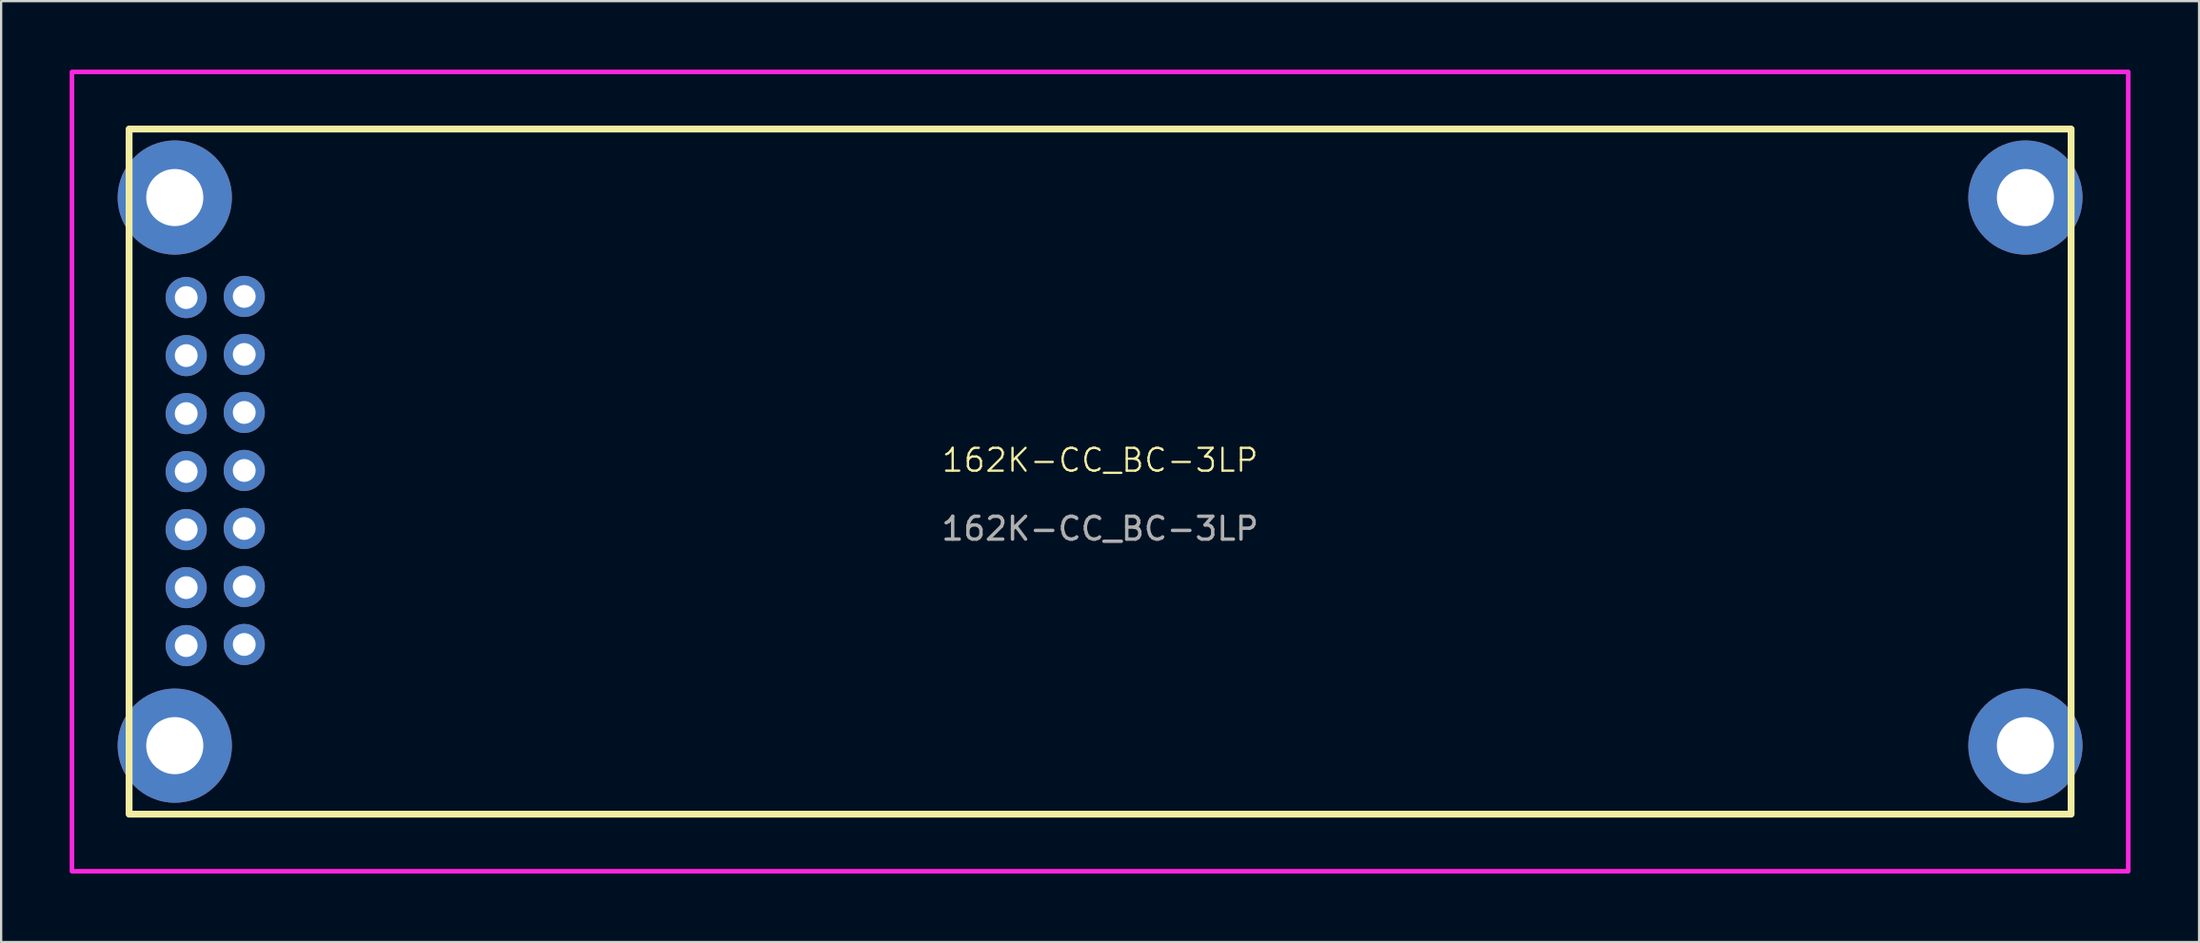
<source format=kicad_pcb>
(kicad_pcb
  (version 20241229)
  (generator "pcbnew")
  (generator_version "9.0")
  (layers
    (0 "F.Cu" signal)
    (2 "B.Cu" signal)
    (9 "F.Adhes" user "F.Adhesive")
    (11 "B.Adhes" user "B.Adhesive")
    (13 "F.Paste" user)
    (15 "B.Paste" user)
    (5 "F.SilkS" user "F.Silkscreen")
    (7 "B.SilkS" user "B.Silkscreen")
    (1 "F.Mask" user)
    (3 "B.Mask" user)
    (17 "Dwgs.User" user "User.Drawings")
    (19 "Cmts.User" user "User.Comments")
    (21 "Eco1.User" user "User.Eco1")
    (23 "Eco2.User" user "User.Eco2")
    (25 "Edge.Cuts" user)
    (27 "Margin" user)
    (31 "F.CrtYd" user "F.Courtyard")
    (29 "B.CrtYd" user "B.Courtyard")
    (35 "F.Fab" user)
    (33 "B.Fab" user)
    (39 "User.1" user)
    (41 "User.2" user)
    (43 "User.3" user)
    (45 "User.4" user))
  (footprint "162K-CC_BC-3LP"
    (layer "F.Cu")
    (at 45.1 17.6)
    (property "Reference" "162K-CC_BC-3LP" (at 0 -0.5 0) (unlocked yes) (layer "F.SilkS") (effects (font (size 1 1) (thickness 0.1))))
    (fp_rect (start -42.5 -15) (end 42.5 15) (stroke (width 0.3) (type default)) (fill no) (layer "F.SilkS"))
    (fp_rect (start -45 -17.5) (end 45 17.5) (stroke (width 0.2) (type default)) (fill no) (layer "F.CrtYd"))
    (fp_text user "${REFERENCE}" (at 0 2.5 0) (unlocked yes) (layer "F.Fab") (effects (font (size 1 1) (thickness 0.15))))
    (pad "0" thru_hole circle (at -40.5 -12) (size 5 5) (drill 2.5) (layers "*.Cu" "*.Mask"))
    (pad "0" thru_hole circle (at -40.5 12) (size 5 5) (drill 2.5) (layers "*.Cu" "*.Mask"))
    (pad "0" thru_hole circle (at 40.5 -12) (size 5 5) (drill 2.5) (layers "*.Cu" "*.Mask"))
    (pad "0" thru_hole circle (at 40.5 12) (size 5 5) (drill 2.5) (layers "*.Cu" "*.Mask"))
    (pad "1" thru_hole circle (at -37.46 7.57) (size 1.8 1.8) (drill 1) (layers "*.Cu" "*.Mask"))
    (pad "2" thru_hole circle (at -40 7.62) (size 1.8 1.8) (drill 1) (layers "*.Cu" "*.Mask"))
    (pad "3" thru_hole circle (at -37.46 5.03) (size 1.8 1.8) (drill 1) (layers "*.Cu" "*.Mask"))
    (pad "4" thru_hole circle (at -40 5.08) (size 1.8 1.8) (drill 1) (layers "*.Cu" "*.Mask"))
    (pad "5" thru_hole circle (at -37.46 2.49) (size 1.8 1.8) (drill 1) (layers "*.Cu" "*.Mask"))
    (pad "6" thru_hole circle (at -40 2.54) (size 1.8 1.8) (drill 1) (layers "*.Cu" "*.Mask"))
    (pad "7" thru_hole circle (at -37.46 -0.05) (size 1.8 1.8) (drill 1) (layers "*.Cu" "*.Mask"))
    (pad "8" thru_hole circle (at -40 0) (size 1.8 1.8) (drill 1) (layers "*.Cu" "*.Mask"))
    (pad "9" thru_hole circle (at -37.46 -2.59) (size 1.8 1.8) (drill 1) (layers "*.Cu" "*.Mask"))
    (pad "10" thru_hole circle (at -40 -2.54) (size 1.8 1.8) (drill 1) (layers "*.Cu" "*.Mask"))
    (pad "11" thru_hole circle (at -37.46 -5.13) (size 1.8 1.8) (drill 1) (layers "*.Cu" "*.Mask"))
    (pad "12" thru_hole circle (at -40 -5.08) (size 1.8 1.8) (drill 1) (layers "*.Cu" "*.Mask"))
    (pad "13" thru_hole circle (at -37.46 -7.67) (size 1.8 1.8) (drill 1) (layers "*.Cu" "*.Mask"))
    (pad "14" thru_hole circle (at -40 -7.62) (size 1.8 1.8) (drill 1) (layers "*.Cu" "*.Mask")))
  (gr_rect
    (start -3 -3)
    (end 93.2 38.2)
    (stroke (width 0.1) (type default))
    (fill no)
    (layer "Edge.Cuts")))
</source>
